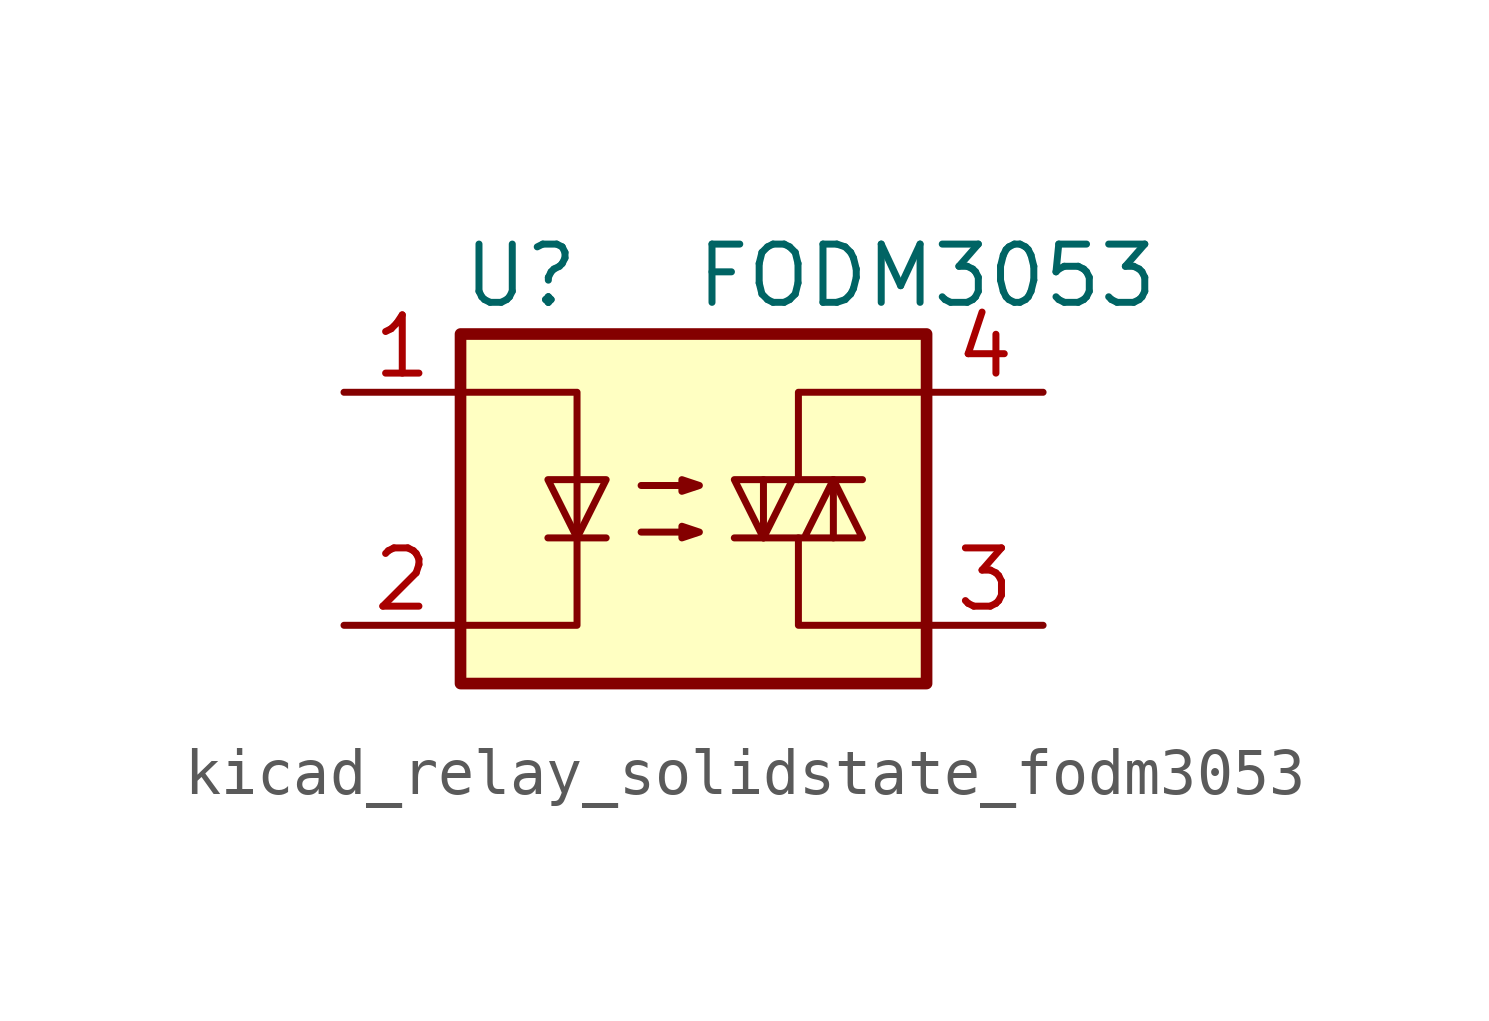
<source format=kicad_sym>
(kicad_symbol_lib
  (version 20220914)
  (generator kicad_symbol_editor)
  (symbol "kicad_relay_solidstate_fodm3053"
    (property "Reference" "U"
      (at -5.08 5.08 0)
      (effects (font (size 1.27 1.27)) (justify left)))
    (property "Value" "FODM3053"
      (at 0 5.08 0)
      (effects (font (size 1.27 1.27)) (justify left)))
    (symbol "kicad_relay_solidstate_fodm3053_0_1"
      (rectangle (start -5.08 3.81) (end 5.08 -3.81) (stroke (width 0.254) (type default)) (fill (type background)))
      (polyline (pts (xy -3.175 -0.635) (xy -1.905 -0.635)) (stroke (width 0) (type default)) (fill (type none)))
      (polyline (pts (xy 1.524 -0.635) (xy 1.524 0.635)) (stroke (width 0) (type default)) (fill (type none)))
      (polyline (pts (xy 3.048 0.635) (xy 3.048 -0.635)) (stroke (width 0) (type default)) (fill (type none)))
      (polyline (pts (xy 2.286 -0.635) (xy 2.286 -2.54) (xy 5.08 -2.54)) (stroke (width 0) (type default)) (fill (type none)))
      (polyline (pts (xy 2.286 0.635) (xy 2.286 2.54) (xy 5.08 2.54)) (stroke (width 0) (type default)) (fill (type none)))
      (polyline (pts (xy -5.08 2.54) (xy -2.54 2.54) (xy -2.54 -2.54) (xy -5.08 -2.54)) (stroke (width 0) (type default)) (fill (type none)))
      (polyline (pts (xy -2.54 -0.635) (xy -3.175 0.635) (xy -1.905 0.635) (xy -2.54 -0.635)) (stroke (width 0) (type default)) (fill (type none)))
      (polyline (pts (xy 0.889 -0.635) (xy 3.683 -0.635) (xy 3.048 0.635) (xy 2.413 -0.635)) (stroke (width 0) (type default)) (fill (type none)))
      (polyline (pts (xy 3.683 0.635) (xy 0.889 0.635) (xy 1.524 -0.635) (xy 2.159 0.635)) (stroke (width 0) (type default)) (fill (type none)))
      (polyline (pts (xy -1.143 -0.508) (xy 0.127 -0.508) (xy -0.254 -0.635) (xy -0.254 -0.381) (xy 0.127 -0.508)) (stroke (width 0) (type default)) (fill (type none)))
      (polyline (pts (xy -1.143 0.508) (xy 0.127 0.508) (xy -0.254 0.381) (xy -0.254 0.635) (xy 0.127 0.508)) (stroke (width 0) (type default)) (fill (type none))))
    (symbol "kicad_relay_solidstate_fodm3053_1_1"
      (pin passive line (at -7.62 2.54 0) (length 2.54) (name "~" (effects (font (size 1.27 1.27)))) (number "1" (effects (font (size 1.27 1.27)))))
      (pin passive line (at -7.62 -2.54 0) (length 2.54) (name "~" (effects (font (size 1.27 1.27)))) (number "2" (effects (font (size 1.27 1.27)))))
      (pin passive line (at 7.62 -2.54 180) (length 2.54) (name "~" (effects (font (size 1.27 1.27)))) (number "3" (effects (font (size 1.27 1.27)))))
      (pin passive line (at 7.62 2.54 180) (length 2.54) (name "~" (effects (font (size 1.27 1.27)))) (number "4" (effects (font (size 1.27 1.27))))))))
</source>
